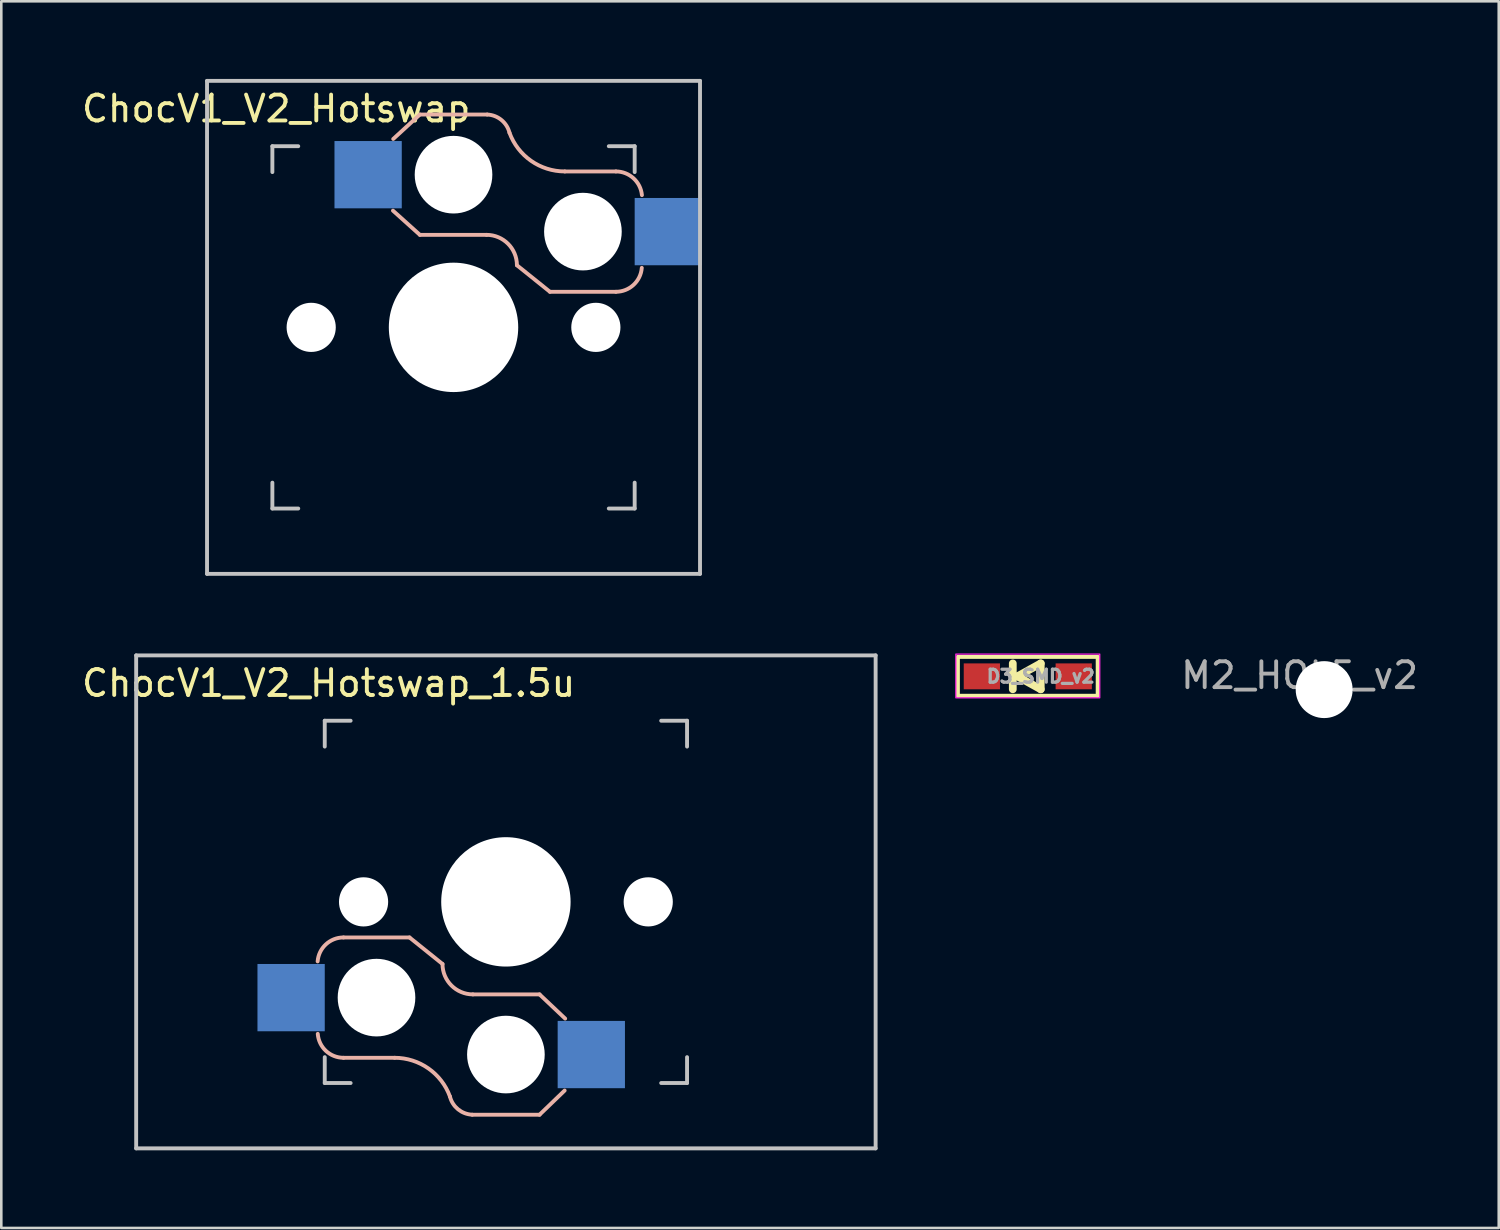
<source format=kicad_pcb>
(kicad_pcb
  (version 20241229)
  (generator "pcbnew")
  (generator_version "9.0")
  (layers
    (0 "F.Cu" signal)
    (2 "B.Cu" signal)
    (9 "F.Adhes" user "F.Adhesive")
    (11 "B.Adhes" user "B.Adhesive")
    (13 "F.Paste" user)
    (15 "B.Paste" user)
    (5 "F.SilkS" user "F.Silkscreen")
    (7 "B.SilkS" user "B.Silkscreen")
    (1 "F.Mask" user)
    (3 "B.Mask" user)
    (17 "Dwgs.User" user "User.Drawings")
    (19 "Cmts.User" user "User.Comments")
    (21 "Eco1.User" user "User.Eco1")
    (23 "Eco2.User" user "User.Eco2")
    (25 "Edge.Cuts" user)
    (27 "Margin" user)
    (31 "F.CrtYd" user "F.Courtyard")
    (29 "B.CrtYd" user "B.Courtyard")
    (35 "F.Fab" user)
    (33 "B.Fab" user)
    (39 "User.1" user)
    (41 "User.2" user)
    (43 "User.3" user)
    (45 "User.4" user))
  (footprint "D3_SMD_v2"
    (layer "F.Cu")
    (at 36.666 23.085)
    (property "Reference" "D3_SMD_v2" (at 0.5 0 0) (layer "F.Fab") (effects (font (size 0.5 0.5) (thickness 0.125))))
    (attr through_hole)
    (fp_line (start -2.7 -0.75) (end -2.7 0.75) (stroke (width 0.15) (type solid)) (layer "F.SilkS"))
    (fp_line (start -2.7 0.75) (end 2.7 0.75) (stroke (width 0.15) (type solid)) (layer "F.SilkS"))
    (fp_line (start -0.58 -0.5) (end -0.58 0.5) (stroke (width 0.3) (type solid)) (layer "F.SilkS"))
    (fp_line (start -0.4 0) (end 0.5 -0.5) (stroke (width 0.3) (type solid)) (layer "F.SilkS"))
    (fp_line (start 0.5 -0.5) (end 0.5 0.5) (stroke (width 0.3) (type solid)) (layer "F.SilkS"))
    (fp_line (start 0.5 0.5) (end -0.4 0) (stroke (width 0.3) (type solid)) (layer "F.SilkS"))
    (fp_line (start 2.7 -0.75) (end -2.7 -0.75) (stroke (width 0.15) (type solid)) (layer "F.SilkS"))
    (fp_line (start 2.7 -0.75) (end 2.7 0.75) (stroke (width 0.15) (type solid)) (layer "F.SilkS"))
    (fp_rect (start -2.78 -0.86) (end 2.78 0.83) (stroke (width 0.05) (type solid)) (fill no) (layer "F.CrtYd"))
    (pad "1" smd rect (at -1.775 0 180) (size 1.4 1) (layers "F.Cu" "F.Mask" "F.Paste"))
    (pad "2" smd rect (at 1.775 0 180) (size 1.4 1) (layers "F.Cu" "F.Mask" "F.Paste")))
  (footprint "ChocV1_V2_Hotswap"
    (layer "F.Cu")
    (at 14.475 9.6)
    (property "Reference" "ChocV1_V2_Hotswap" (at -6.85 -8.45 0) (layer "F.SilkS") (effects (font (size 1 1) (thickness 0.15))))
    (attr through_hole)
    (fp_line (start -1.3 -8.225) (end -2.33 -7.28) (stroke (width 0.15) (type solid)) (layer "B.SilkS"))
    (fp_line (start -1.3 -8.225) (end 1.3 -8.225) (stroke (width 0.15) (type solid)) (layer "B.SilkS"))
    (fp_line (start -1.3 -3.575) (end -2.34 -4.51) (stroke (width 0.15) (type solid)) (layer "B.SilkS"))
    (fp_line (start -1.3 -3.575) (end 1.275 -3.575) (stroke (width 0.15) (type solid)) (layer "B.SilkS"))
    (fp_line (start 3.725 -1.375) (end 2.45 -2.4) (stroke (width 0.15) (type solid)) (layer "B.SilkS"))
    (fp_line (start 3.725 -1.375) (end 6.275 -1.375) (stroke (width 0.15) (type solid)) (layer "B.SilkS"))
    (fp_line (start 4.3 -6.025) (end 6.275 -6.025) (stroke (width 0.15) (type solid)) (layer "B.SilkS"))
    (fp_arc (start 1.275 -3.575) (mid 2.10585 -3.23085) (end 2.45 -2.4) (stroke (width 0.15) (type solid)) (layer "B.SilkS"))
    (fp_arc (start 1.300995 -8.223791) (mid 1.848286 -8.016021) (end 2.162199 -7.521904) (stroke (width 0.15) (type solid)) (layer "B.SilkS"))
    (fp_arc (start 4.3 -6.025) (mid 2.995114 -6.436429) (end 2.162199 -7.521904) (stroke (width 0.15) (type solid)) (layer "B.SilkS"))
    (fp_arc (start 6.275 -6.025) (mid 6.954318 -5.76171) (end 7.28 -5.11) (stroke (width 0.15) (type solid)) (layer "B.SilkS"))
    (fp_arc (start 7.275 -2.3) (mid 6.956107 -1.641709) (end 6.275 -1.375) (stroke (width 0.15) (type solid)) (layer "B.SilkS"))
    (fp_line (start -9.525 -9.525) (end 9.525 -9.525) (stroke (width 0.15) (type solid)) (layer "Dwgs.User"))
    (fp_line (start -9.525 9.525) (end -9.525 -9.525) (stroke (width 0.15) (type solid)) (layer "Dwgs.User"))
    (fp_line (start -7 -7) (end -7 -6) (stroke (width 0.15) (type solid)) (layer "Dwgs.User"))
    (fp_line (start -7 6) (end -7 7) (stroke (width 0.15) (type solid)) (layer "Dwgs.User"))
    (fp_line (start -7 7) (end -6 7) (stroke (width 0.15) (type solid)) (layer "Dwgs.User"))
    (fp_line (start -6 -7) (end -7 -7) (stroke (width 0.15) (type solid)) (layer "Dwgs.User"))
    (fp_line (start 6 -7) (end 7 -7) (stroke (width 0.15) (type solid)) (layer "Dwgs.User"))
    (fp_line (start 7 -7) (end 7 -6) (stroke (width 0.15) (type solid)) (layer "Dwgs.User"))
    (fp_line (start 7 6) (end 7 7) (stroke (width 0.15) (type solid)) (layer "Dwgs.User"))
    (fp_line (start 7 7) (end 6 7) (stroke (width 0.15) (type solid)) (layer "Dwgs.User"))
    (fp_line (start 9.525 -9.525) (end 9.525 9.525) (stroke (width 0.15) (type solid)) (layer "Dwgs.User"))
    (fp_line (start 9.525 9.525) (end -9.525 9.525) (stroke (width 0.15) (type solid)) (layer "Dwgs.User"))
    (pad "" np_thru_hole circle (at -5.5 0 270) (size 1.9 1.9) (drill 1.9) (layers "*.Cu" "*.Mask"))
    (pad "" np_thru_hole circle (at 0 -5.9 270) (size 3 3) (drill 3) (layers "*.Cu" "*.Mask"))
    (pad "" np_thru_hole circle (at 0 0 270) (size 5 5) (drill 5) (layers "*.Cu" "*.Mask"))
    (pad "" np_thru_hole circle (at 5 -3.7 270) (size 3 3) (drill 3) (layers "*.Cu" "*.Mask"))
    (pad "" np_thru_hole circle (at 5.5 0 270) (size 1.9 1.9) (drill 1.9) (layers "*.Cu" "*.Mask"))
    (pad "1" smd rect (at -3.3 -5.9) (size 2.6 2.6) (layers "B.Cu" "B.Mask" "B.Paste"))
    (pad "2" smd rect (at 8.3 -3.7) (size 2.6 2.6) (layers "B.Cu" "B.Mask" "B.Paste")))
  (footprint "ChocV1_V2_Hotswap_1.5u"
    (layer "F.Cu")
    (at 16.499 31.8)
    (property "Reference" "ChocV1_V2_Hotswap_1.5u" (at -6.85 -8.45 0) (layer "F.SilkS") (effects (font (size 1 1) (thickness 0.15))))
    (attr through_hole)
    (fp_line (start -4.3 6.025) (end -6.275 6.025) (stroke (width 0.15) (type solid)) (layer "B.SilkS"))
    (fp_line (start -3.725 1.375) (end -6.275 1.375) (stroke (width 0.15) (type solid)) (layer "B.SilkS"))
    (fp_line (start -3.725 1.375) (end -2.45 2.4) (stroke (width 0.15) (type solid)) (layer "B.SilkS"))
    (fp_line (start 1.3 3.575) (end -1.275 3.575) (stroke (width 0.15) (type solid)) (layer "B.SilkS"))
    (fp_line (start 1.3 3.575) (end 2.29 4.51) (stroke (width 0.15) (type solid)) (layer "B.SilkS"))
    (fp_line (start 1.3 8.225) (end -1.3 8.225) (stroke (width 0.15) (type solid)) (layer "B.SilkS"))
    (fp_line (start 1.3 8.225) (end 2.27 7.29) (stroke (width 0.15) (type solid)) (layer "B.SilkS"))
    (fp_arc (start -7.275 2.3) (mid -6.956107 1.641709) (end -6.275 1.375) (stroke (width 0.15) (type solid)) (layer "B.SilkS"))
    (fp_arc (start -6.275 6.025) (mid -6.954273 5.758029) (end -7.27 5.1) (stroke (width 0.15) (type solid)) (layer "B.SilkS"))
    (fp_arc (start -4.3 6.025) (mid -2.995114 6.436429) (end -2.162199 7.521904) (stroke (width 0.15) (type solid)) (layer "B.SilkS"))
    (fp_arc (start -1.300995 8.223791) (mid -1.848284 8.01602) (end -2.162199 7.521904) (stroke (width 0.15) (type solid)) (layer "B.SilkS"))
    (fp_arc (start -1.275 3.575) (mid -2.10585 3.23085) (end -2.45 2.4) (stroke (width 0.15) (type solid)) (layer "B.SilkS"))
    (fp_line (start -14.287 -9.525) (end 14.287 -9.525) (stroke (width 0.15) (type solid)) (layer "Dwgs.User"))
    (fp_line (start -14.287 9.525) (end -14.287 -9.525) (stroke (width 0.15) (type solid)) (layer "Dwgs.User"))
    (fp_line (start -7 -7) (end -6 -7) (stroke (width 0.15) (type solid)) (layer "Dwgs.User"))
    (fp_line (start -7 -6) (end -7 -7) (stroke (width 0.15) (type solid)) (layer "Dwgs.User"))
    (fp_line (start -7 7) (end -7 6) (stroke (width 0.15) (type solid)) (layer "Dwgs.User"))
    (fp_line (start -6 7) (end -7 7) (stroke (width 0.15) (type solid)) (layer "Dwgs.User"))
    (fp_line (start 6 7) (end 7 7) (stroke (width 0.15) (type solid)) (layer "Dwgs.User"))
    (fp_line (start 7 -7) (end 6 -7) (stroke (width 0.15) (type solid)) (layer "Dwgs.User"))
    (fp_line (start 7 -6) (end 7 -7) (stroke (width 0.15) (type solid)) (layer "Dwgs.User"))
    (fp_line (start 7 7) (end 7 6) (stroke (width 0.15) (type solid)) (layer "Dwgs.User"))
    (fp_line (start 14.287 -9.525) (end 14.287 9.525) (stroke (width 0.15) (type solid)) (layer "Dwgs.User"))
    (fp_line (start 14.287 9.525) (end -14.287 9.525) (stroke (width 0.15) (type solid)) (layer "Dwgs.User"))
    (pad "" np_thru_hole circle (at -5.5 0 90) (size 1.9 1.9) (drill 1.9) (layers "*.Cu" "*.Mask"))
    (pad "" np_thru_hole circle (at -5 3.7 90) (size 3 3) (drill 3) (layers "*.Cu" "*.Mask"))
    (pad "" np_thru_hole circle (at 0 0 90) (size 5 5) (drill 5) (layers "*.Cu" "*.Mask"))
    (pad "" np_thru_hole circle (at 0 5.9 90) (size 3 3) (drill 3) (layers "*.Cu" "*.Mask"))
    (pad "" np_thru_hole circle (at 5.5 0 90) (size 1.9 1.9) (drill 1.9) (layers "*.Cu" "*.Mask"))
    (pad "1" smd rect (at 3.3 5.9 180) (size 2.6 2.6) (layers "B.Cu" "B.Mask" "B.Paste"))
    (pad "2" smd rect (at -8.3 3.7 180) (size 2.6 2.6) (layers "B.Cu" "B.Mask" "B.Paste")))
  (footprint "M2_HOLE_v2"
    (layer "F.Cu")
    (at 48.118 23.598)
    (property "Reference" "M2_HOLE_v2" (at -0.95 -0.55 0) (layer "F.Fab") (effects (font (size 1 1) (thickness 0.15))))
    (attr exclude_from_pos_files exclude_from_bom)
    (pad "" np_thru_hole circle (at 0 0 180) (size 2.2 2.2) (drill 2.2) (layers "*.Cu" "*.Mask")))
  (gr_rect
    (start -3 -3)
    (end 54.864 44.4)
    (stroke (width 0.1) (type default))
    (fill no)
    (layer "Edge.Cuts")))
</source>
